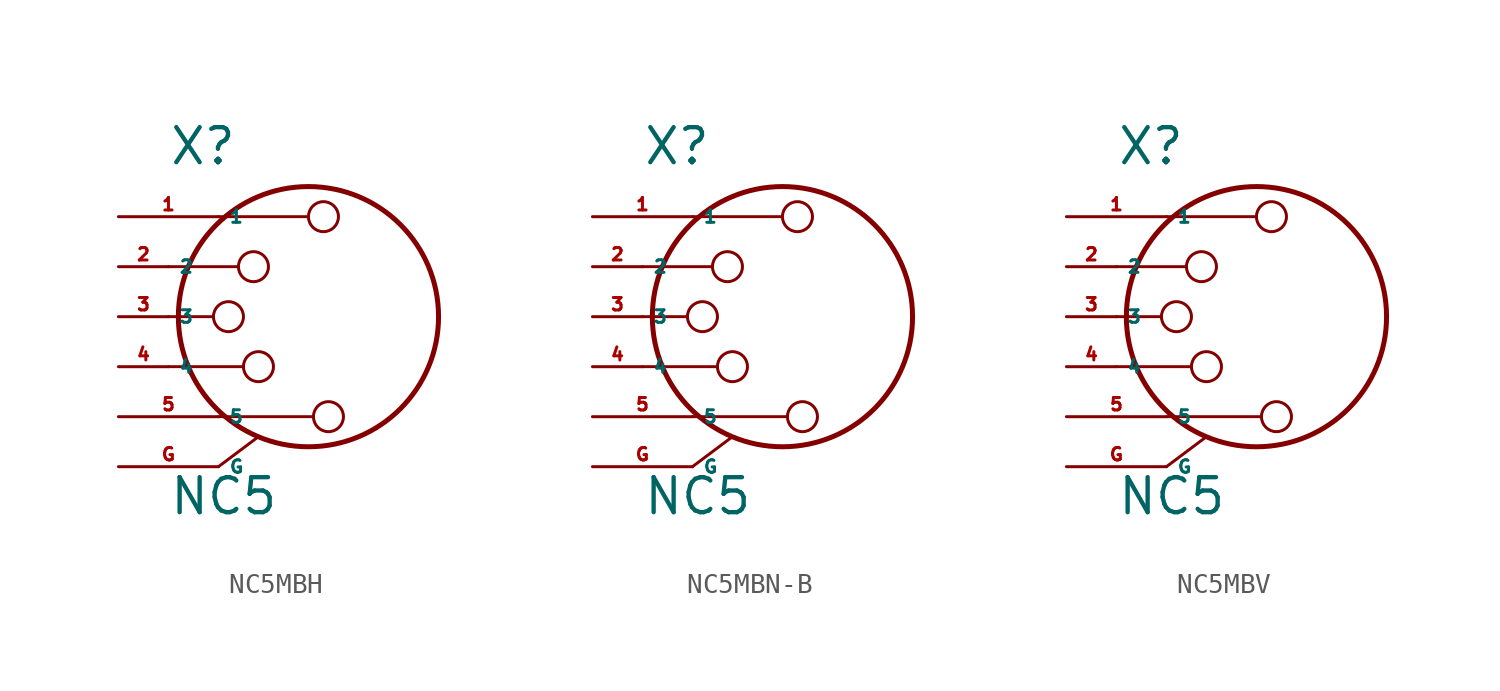
<source format=kicad_sym>
(kicad_symbol_lib
  (version 20220914)
  (generator Eagle2Kicad)
  (symbol "NC5MBH"
    (property "Reference" "X"
      (at -5.08 7.62 0)
      (effects (font (size 1.778 1.778) (thickness 0.22)) (justify left bottom)))
    (property "Value" "NC5"
      (at -5.08 -10.16 0)
      (effects (font (size 1.778 1.778) (thickness 0.22)) (justify left bottom)))
    (polyline
      (pts (xy -2.54 5.08) (xy 2.032 5.08))
      (stroke (width 0.152) (type default))
      (fill (type none)))
    (polyline
      (pts (xy -5.08 -2.54) (xy -1.27 -2.54))
      (stroke (width 0.152) (type default))
      (fill (type none)))
    (polyline
      (pts (xy -5.08 0) (xy -2.794 0))
      (stroke (width 0.152) (type default))
      (fill (type none)))
    (polyline
      (pts (xy -2.54 -7.62) (xy -0.508 -6.096))
      (stroke (width 0.152) (type default))
      (fill (type none)))
    (polyline
      (pts (xy -5.08 2.54) (xy -1.524 2.54))
      (stroke (width 0.152) (type default))
      (fill (type none)))
    (polyline
      (pts (xy -2.54 -5.08) (xy 2.286 -5.08))
      (stroke (width 0.152) (type default))
      (fill (type none)))
    (circle
      (center 2.032 0)
      (radius 6.609)
      (stroke (width 0.254) (type default))
      (fill (type none)))
    (circle
      (center -2.032 0)
      (radius 0.762)
      (stroke (width 0.152) (type default))
      (fill (type none)))
    (circle
      (center 2.794 5.08)
      (radius 0.762)
      (stroke (width 0.152) (type default))
      (fill (type none)))
    (circle
      (center -0.508 -2.54)
      (radius 0.762)
      (stroke (width 0.152) (type default))
      (fill (type none)))
    (circle
      (center -0.762 2.54)
      (radius 0.762)
      (stroke (width 0.152) (type default))
      (fill (type none)))
    (circle
      (center 3.048 -5.08)
      (radius 0.762)
      (stroke (width 0.152) (type default))
      (fill (type none)))
    (pin passive line
      (at -7.62 5.08 0)
      (length 5.08)
      (name "1" (effects (font (size 0.635 0.635) (thickness 0.08)) (justify left bottom)))
      (number "1" (effects (font (size 0.635 0.635) (thickness 0.08)) (justify left bottom))))
    (pin passive line
      (at -7.62 2.54 0)
      (length 2.54)
      (name "2" (effects (font (size 0.635 0.635) (thickness 0.08)) (justify left bottom)))
      (number "2" (effects (font (size 0.635 0.635) (thickness 0.08)) (justify left bottom))))
    (pin passive line
      (at -7.62 0 0)
      (length 2.54)
      (name "3" (effects (font (size 0.635 0.635) (thickness 0.08)) (justify left bottom)))
      (number "3" (effects (font (size 0.635 0.635) (thickness 0.08)) (justify left bottom))))
    (pin passive line
      (at -7.62 -7.62 0)
      (length 5.08)
      (name "G" (effects (font (size 0.635 0.635) (thickness 0.08)) (justify left bottom)))
      (number "G" (effects (font (size 0.635 0.635) (thickness 0.08)) (justify left bottom))))
    (pin passive line
      (at -7.62 -2.54 0)
      (length 2.54)
      (name "4" (effects (font (size 0.635 0.635) (thickness 0.08)) (justify left bottom)))
      (number "4" (effects (font (size 0.635 0.635) (thickness 0.08)) (justify left bottom))))
    (pin passive line
      (at -7.62 -5.08 0)
      (length 5.08)
      (name "5" (effects (font (size 0.635 0.635) (thickness 0.08)) (justify left bottom)))
      (number "5" (effects (font (size 0.635 0.635) (thickness 0.08)) (justify left bottom)))))
  (symbol "NC5MBN-B"
    (property "Reference" "X"
      (at -5.08 7.62 0)
      (effects (font (size 1.778 1.778) (thickness 0.22)) (justify left bottom)))
    (property "Value" "NC5"
      (at -5.08 -10.16 0)
      (effects (font (size 1.778 1.778) (thickness 0.22)) (justify left bottom)))
    (polyline
      (pts (xy -2.54 5.08) (xy 2.032 5.08))
      (stroke (width 0.152) (type default))
      (fill (type none)))
    (polyline
      (pts (xy -5.08 -2.54) (xy -1.27 -2.54))
      (stroke (width 0.152) (type default))
      (fill (type none)))
    (polyline
      (pts (xy -5.08 0) (xy -2.794 0))
      (stroke (width 0.152) (type default))
      (fill (type none)))
    (polyline
      (pts (xy -2.54 -7.62) (xy -0.508 -6.096))
      (stroke (width 0.152) (type default))
      (fill (type none)))
    (polyline
      (pts (xy -5.08 2.54) (xy -1.524 2.54))
      (stroke (width 0.152) (type default))
      (fill (type none)))
    (polyline
      (pts (xy -2.54 -5.08) (xy 2.286 -5.08))
      (stroke (width 0.152) (type default))
      (fill (type none)))
    (circle
      (center 2.032 0)
      (radius 6.609)
      (stroke (width 0.254) (type default))
      (fill (type none)))
    (circle
      (center -2.032 0)
      (radius 0.762)
      (stroke (width 0.152) (type default))
      (fill (type none)))
    (circle
      (center 2.794 5.08)
      (radius 0.762)
      (stroke (width 0.152) (type default))
      (fill (type none)))
    (circle
      (center -0.508 -2.54)
      (radius 0.762)
      (stroke (width 0.152) (type default))
      (fill (type none)))
    (circle
      (center -0.762 2.54)
      (radius 0.762)
      (stroke (width 0.152) (type default))
      (fill (type none)))
    (circle
      (center 3.048 -5.08)
      (radius 0.762)
      (stroke (width 0.152) (type default))
      (fill (type none)))
    (pin passive line
      (at -7.62 5.08 0)
      (length 5.08)
      (name "1" (effects (font (size 0.635 0.635) (thickness 0.08)) (justify left bottom)))
      (number "1" (effects (font (size 0.635 0.635) (thickness 0.08)) (justify left bottom))))
    (pin passive line
      (at -7.62 2.54 0)
      (length 2.54)
      (name "2" (effects (font (size 0.635 0.635) (thickness 0.08)) (justify left bottom)))
      (number "2" (effects (font (size 0.635 0.635) (thickness 0.08)) (justify left bottom))))
    (pin passive line
      (at -7.62 0 0)
      (length 2.54)
      (name "3" (effects (font (size 0.635 0.635) (thickness 0.08)) (justify left bottom)))
      (number "3" (effects (font (size 0.635 0.635) (thickness 0.08)) (justify left bottom))))
    (pin passive line
      (at -7.62 -7.62 0)
      (length 5.08)
      (name "G" (effects (font (size 0.635 0.635) (thickness 0.08)) (justify left bottom)))
      (number "G" (effects (font (size 0.635 0.635) (thickness 0.08)) (justify left bottom))))
    (pin passive line
      (at -7.62 -2.54 0)
      (length 2.54)
      (name "4" (effects (font (size 0.635 0.635) (thickness 0.08)) (justify left bottom)))
      (number "4" (effects (font (size 0.635 0.635) (thickness 0.08)) (justify left bottom))))
    (pin passive line
      (at -7.62 -5.08 0)
      (length 5.08)
      (name "5" (effects (font (size 0.635 0.635) (thickness 0.08)) (justify left bottom)))
      (number "5" (effects (font (size 0.635 0.635) (thickness 0.08)) (justify left bottom)))))
  (symbol "NC5MBV"
    (property "Reference" "X"
      (at -5.08 7.62 0)
      (effects (font (size 1.778 1.778) (thickness 0.22)) (justify left bottom)))
    (property "Value" "NC5"
      (at -5.08 -10.16 0)
      (effects (font (size 1.778 1.778) (thickness 0.22)) (justify left bottom)))
    (polyline
      (pts (xy -2.54 5.08) (xy 2.032 5.08))
      (stroke (width 0.152) (type default))
      (fill (type none)))
    (polyline
      (pts (xy -5.08 -2.54) (xy -1.27 -2.54))
      (stroke (width 0.152) (type default))
      (fill (type none)))
    (polyline
      (pts (xy -5.08 0) (xy -2.794 0))
      (stroke (width 0.152) (type default))
      (fill (type none)))
    (polyline
      (pts (xy -2.54 -7.62) (xy -0.508 -6.096))
      (stroke (width 0.152) (type default))
      (fill (type none)))
    (polyline
      (pts (xy -5.08 2.54) (xy -1.524 2.54))
      (stroke (width 0.152) (type default))
      (fill (type none)))
    (polyline
      (pts (xy -2.54 -5.08) (xy 2.286 -5.08))
      (stroke (width 0.152) (type default))
      (fill (type none)))
    (circle
      (center 2.032 0)
      (radius 6.609)
      (stroke (width 0.254) (type default))
      (fill (type none)))
    (circle
      (center -2.032 0)
      (radius 0.762)
      (stroke (width 0.152) (type default))
      (fill (type none)))
    (circle
      (center 2.794 5.08)
      (radius 0.762)
      (stroke (width 0.152) (type default))
      (fill (type none)))
    (circle
      (center -0.508 -2.54)
      (radius 0.762)
      (stroke (width 0.152) (type default))
      (fill (type none)))
    (circle
      (center -0.762 2.54)
      (radius 0.762)
      (stroke (width 0.152) (type default))
      (fill (type none)))
    (circle
      (center 3.048 -5.08)
      (radius 0.762)
      (stroke (width 0.152) (type default))
      (fill (type none)))
    (pin passive line
      (at -7.62 5.08 0)
      (length 5.08)
      (name "1" (effects (font (size 0.635 0.635) (thickness 0.08)) (justify left bottom)))
      (number "1" (effects (font (size 0.635 0.635) (thickness 0.08)) (justify left bottom))))
    (pin passive line
      (at -7.62 2.54 0)
      (length 2.54)
      (name "2" (effects (font (size 0.635 0.635) (thickness 0.08)) (justify left bottom)))
      (number "2" (effects (font (size 0.635 0.635) (thickness 0.08)) (justify left bottom))))
    (pin passive line
      (at -7.62 0 0)
      (length 2.54)
      (name "3" (effects (font (size 0.635 0.635) (thickness 0.08)) (justify left bottom)))
      (number "3" (effects (font (size 0.635 0.635) (thickness 0.08)) (justify left bottom))))
    (pin passive line
      (at -7.62 -7.62 0)
      (length 5.08)
      (name "G" (effects (font (size 0.635 0.635) (thickness 0.08)) (justify left bottom)))
      (number "G" (effects (font (size 0.635 0.635) (thickness 0.08)) (justify left bottom))))
    (pin passive line
      (at -7.62 -2.54 0)
      (length 2.54)
      (name "4" (effects (font (size 0.635 0.635) (thickness 0.08)) (justify left bottom)))
      (number "4" (effects (font (size 0.635 0.635) (thickness 0.08)) (justify left bottom))))
    (pin passive line
      (at -7.62 -5.08 0)
      (length 5.08)
      (name "5" (effects (font (size 0.635 0.635) (thickness 0.08)) (justify left bottom)))
      (number "5" (effects (font (size 0.635 0.635) (thickness 0.08)) (justify left bottom))))))
</source>
